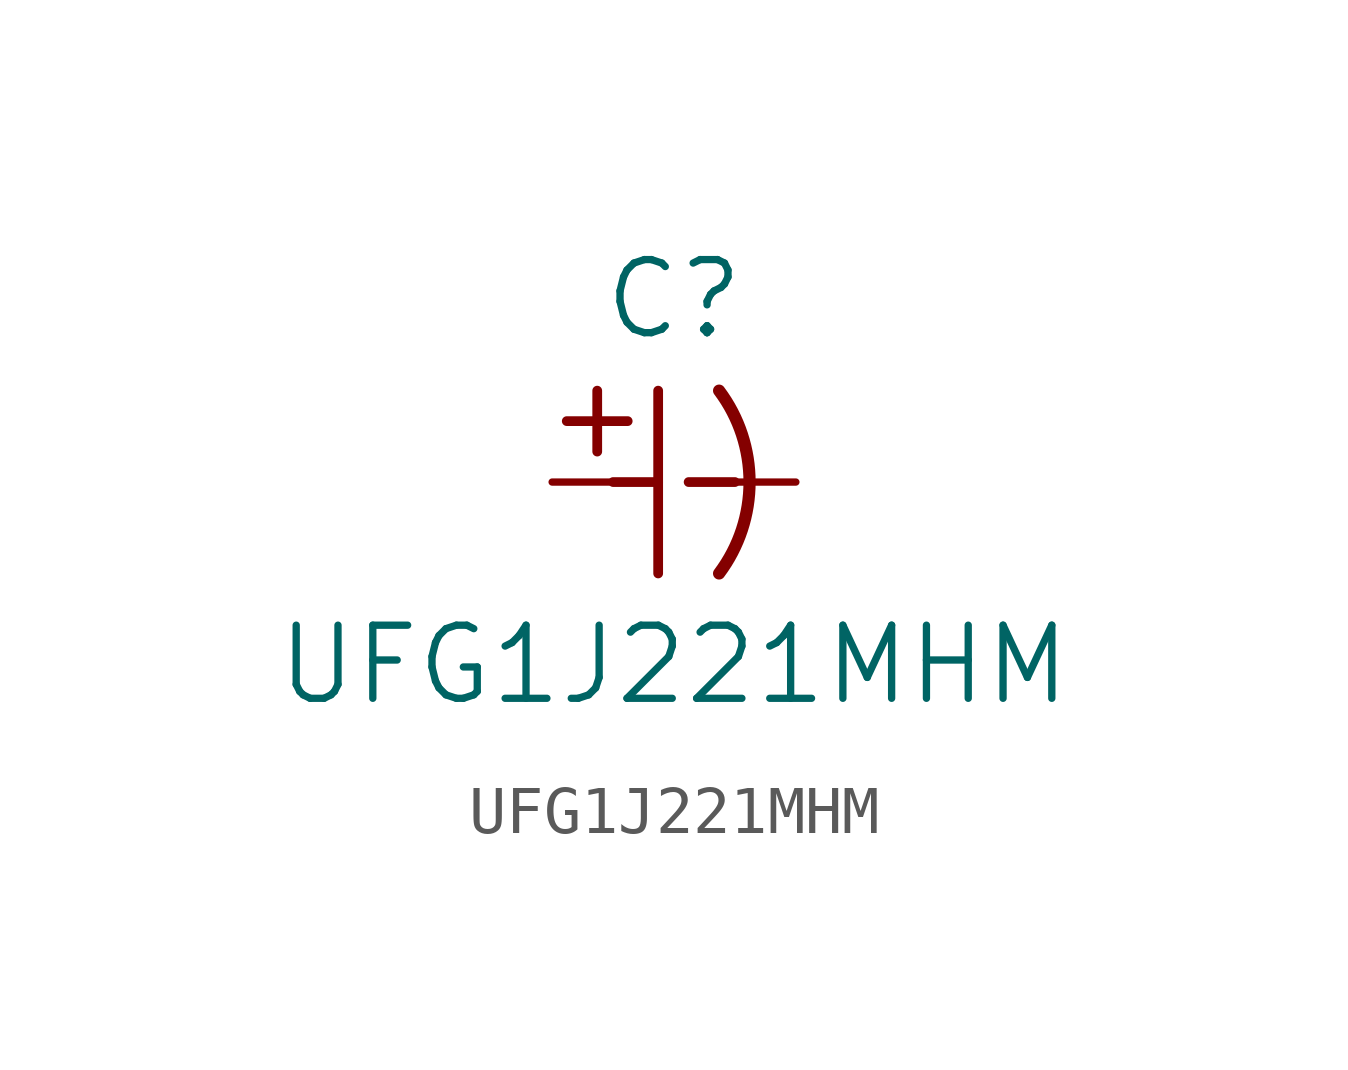
<source format=kicad_sym>
(kicad_symbol_lib
  (version 20211014)
  (generator kicad_symbol_editor)
  (symbol "UFG1J221MHM"
    (pin_numbers hide)
    (pin_names
      (offset 1.651) hide)
    (property "Reference" "C"
      (at 0 3.81 0)
      (effects (font (size 1.524 1.524))))
    (property "Value" "UFG1J221MHM"
      (at 0 -3.81 0)
      (effects (font (size 1.524 1.524))))
    (property "Datasheet" ""
      (at -2.54 0 0)
      (effects (font (size 1.524 1.524))))
    (property "ki_locked" ""
      (at 0 0 0)
      (effects (font (size 1.27 1.27))))
    (symbol "UFG1J221MHM_1_1"
      (polyline (pts (xy -2.235 1.27) (xy -0.965 1.27)) (stroke (width 0.203) (type default) (color 0 0 0 0)) (fill (type none)))
      (polyline (pts (xy -1.6 0.635) (xy -1.6 1.905)) (stroke (width 0.203) (type default) (color 0 0 0 0)) (fill (type none)))
      (polyline (pts (xy -1.27 0) (xy -0.33 0)) (stroke (width 0.203) (type default) (color 0 0 0 0)) (fill (type none)))
      (polyline (pts (xy -0.33 -1.905) (xy -0.33 1.905)) (stroke (width 0.203) (type default) (color 0 0 0 0)) (fill (type none)))
      (polyline (pts (xy 0.305 0) (xy 1.27 0)) (stroke (width 0.203) (type default) (color 0 0 0 0)) (fill (type none)))
      (arc (start 0.9398 -1.905) (mid 6.6548 0) (end 0.9398 1.905) (stroke (width 0.254) (type default) (color 0 0 0 0)) (fill (type none)))
      (pin passive line (at -2.54 0 0) (length 1.27) (name "1" (effects (font (size 1.499 1.499)))) (number "1" (effects (font (size 1.499 1.499)))))
      (pin passive line (at 2.54 0 180) (length 1.27) (name "2" (effects (font (size 1.499 1.499)))) (number "2" (effects (font (size 1.499 1.499))))))))
</source>
